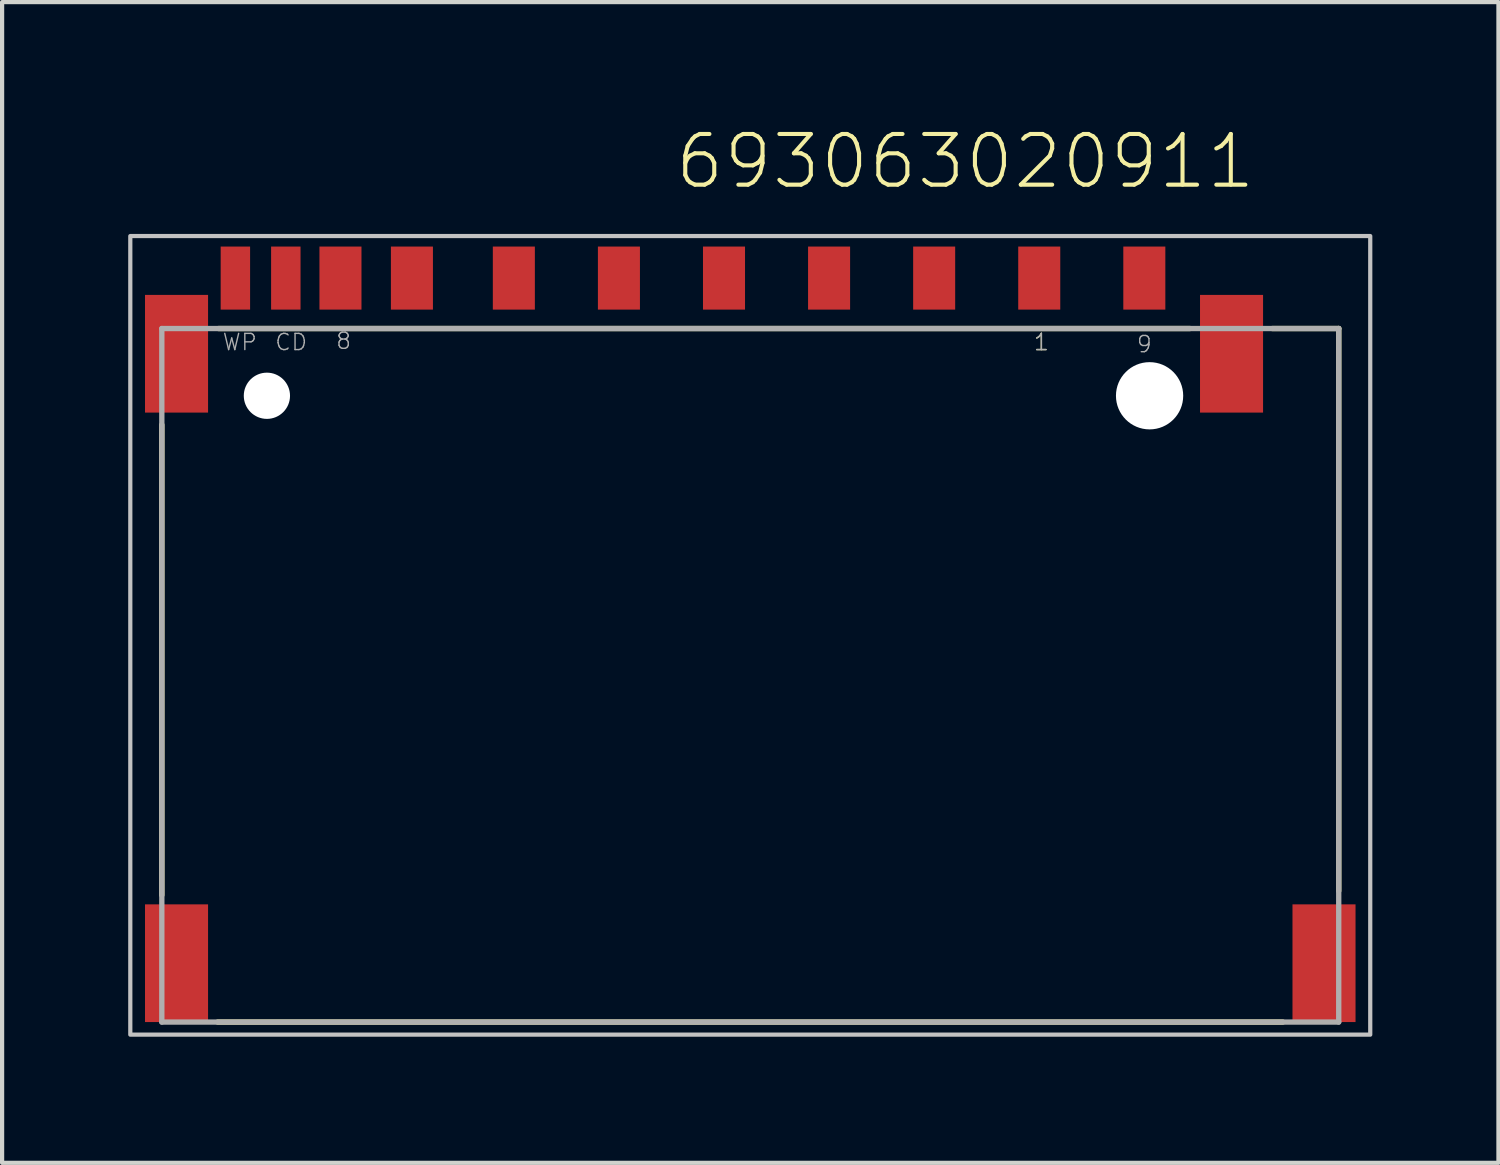
<source format=kicad_pcb>
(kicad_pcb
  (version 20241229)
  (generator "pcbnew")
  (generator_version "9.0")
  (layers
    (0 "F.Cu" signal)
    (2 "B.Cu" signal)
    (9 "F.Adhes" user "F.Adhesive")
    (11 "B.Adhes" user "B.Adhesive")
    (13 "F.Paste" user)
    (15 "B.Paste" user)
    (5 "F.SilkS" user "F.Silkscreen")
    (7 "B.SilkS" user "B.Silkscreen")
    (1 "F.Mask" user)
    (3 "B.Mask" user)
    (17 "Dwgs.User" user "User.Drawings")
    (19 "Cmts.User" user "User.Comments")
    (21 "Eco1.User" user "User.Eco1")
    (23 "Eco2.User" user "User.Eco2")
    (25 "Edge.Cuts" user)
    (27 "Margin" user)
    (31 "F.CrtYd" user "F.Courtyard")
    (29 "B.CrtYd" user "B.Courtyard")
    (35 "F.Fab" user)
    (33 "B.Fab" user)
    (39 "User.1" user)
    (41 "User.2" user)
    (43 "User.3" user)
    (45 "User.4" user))
  (footprint "693063020911"
    (layer "F.Cu")
    (at 14.8 3.566)
    (property "Reference" "693063020911" (at -1.84 -2.07 0) (layer "F.SilkS") (effects (font (size 1.206 1.206) (thickness 0.097)) (justify left bottom)))
    (attr through_hole)
    (fp_line (start -14 3.49) (end -14 14.68) (stroke (width 0.127) (type solid)) (layer "F.SilkS"))
    (fp_line (start -12.67 17.7) (end 12.67 17.7) (stroke (width 0.127) (type solid)) (layer "F.SilkS"))
    (fp_line (start -12.65 1.2) (end 10.46 1.2) (stroke (width 0.127) (type solid)) (layer "F.SilkS"))
    (fp_line (start 14 1.2) (end 12.42 1.2) (stroke (width 0.127) (type solid)) (layer "F.SilkS"))
    (fp_line (start 14 14.58) (end 14 1.2) (stroke (width 0.127) (type solid)) (layer "F.SilkS"))
    (fp_poly (pts (xy -14.75 -1) (xy 14.75 -1) (xy 14.75 18) (xy -14.75 18)) (stroke (width 0.1) (type solid)) (fill no) (layer "Dwgs.User"))
    (fp_line (start -14 1.2) (end 14 1.2) (stroke (width 0.127) (type solid)) (layer "F.Fab"))
    (fp_line (start -14 17.7) (end -14 1.2) (stroke (width 0.127) (type solid)) (layer "F.Fab"))
    (fp_line (start -14 17.7) (end 14 17.7) (stroke (width 0.127) (type solid)) (layer "F.Fab"))
    (fp_line (start 14 1.2) (end 14 17.7) (stroke (width 0.127) (type solid)) (layer "F.Fab"))
    (fp_text user "1" (at 6.72 1.75 0) (layer "F.SilkS") (effects (font (size 0.386 0.386) (thickness 0.033)) (justify left bottom)))
    (fp_text user "1" (at 6.72 1.75 0) (layer "F.Fab") (effects (font (size 0.386 0.386) (thickness 0.033)) (justify left bottom)))
    (fp_text user "9" (at 9.17 1.8 0) (layer "F.Fab") (effects (font (size 0.386 0.386) (thickness 0.033)) (justify left bottom)))
    (fp_text user "CD" (at -11.33 1.75 0) (layer "F.Fab") (effects (font (size 0.386 0.386) (thickness 0.033)) (justify left bottom)))
    (fp_text user "8" (at -9.88 1.72 0) (layer "F.Fab") (effects (font (size 0.386 0.386) (thickness 0.033)) (justify left bottom)))
    (fp_text user "WP" (at -12.58 1.75 0) (layer "F.Fab") (effects (font (size 0.386 0.386) (thickness 0.033)) (justify left bottom)))
    (pad "" np_thru_hole circle (at -11.5 2.8) (size 1.1 1.1) (drill 1.1) (layers "*.Cu" "*.Mask"))
    (pad "" np_thru_hole circle (at 9.5 2.8) (size 1.6 1.6) (drill 1.6) (layers "*.Cu" "*.Mask"))
    (pad "1" smd rect (at 6.875 0) (size 1 1.5) (layers "F.Cu" "F.Mask" "F.Paste"))
    (pad "2" smd rect (at 4.375 0) (size 1 1.5) (layers "F.Cu" "F.Mask" "F.Paste"))
    (pad "3" smd rect (at 1.875 0) (size 1 1.5) (layers "F.Cu" "F.Mask" "F.Paste"))
    (pad "4" smd rect (at -0.625 0) (size 1 1.5) (layers "F.Cu" "F.Mask" "F.Paste"))
    (pad "5" smd rect (at -3.125 0) (size 1 1.5) (layers "F.Cu" "F.Mask" "F.Paste"))
    (pad "6" smd rect (at -5.625 0) (size 1 1.5) (layers "F.Cu" "F.Mask" "F.Paste"))
    (pad "7" smd rect (at -8.05 0) (size 1 1.5) (layers "F.Cu" "F.Mask" "F.Paste"))
    (pad "8" smd rect (at -9.75 0) (size 1 1.5) (layers "F.Cu" "F.Mask" "F.Paste"))
    (pad "9" smd rect (at 9.375 0) (size 1 1.5) (layers "F.Cu" "F.Mask" "F.Paste"))
    (pad "CD" smd rect (at -11.05 0) (size 0.7 1.5) (layers "F.Cu" "F.Mask" "F.Paste"))
    (pad "GND1" smd rect (at -13.65 1.8) (size 1.5 2.8) (layers "F.Cu" "F.Mask" "F.Paste"))
    (pad "GND2" smd rect (at 11.45 1.8) (size 1.5 2.8) (layers "F.Cu" "F.Mask" "F.Paste"))
    (pad "GND3" smd rect (at 13.65 16.3) (size 1.5 2.8) (layers "F.Cu" "F.Mask" "F.Paste"))
    (pad "GND4" smd rect (at -13.65 16.3) (size 1.5 2.8) (layers "F.Cu" "F.Mask" "F.Paste"))
    (pad "WP" smd rect (at -12.25 0) (size 0.7 1.5) (layers "F.Cu" "F.Mask" "F.Paste")))
  (gr_rect
    (start -3 -3)
    (end 32.6 24.616)
    (stroke (width 0.1) (type default))
    (fill no)
    (layer "Edge.Cuts")))
</source>
